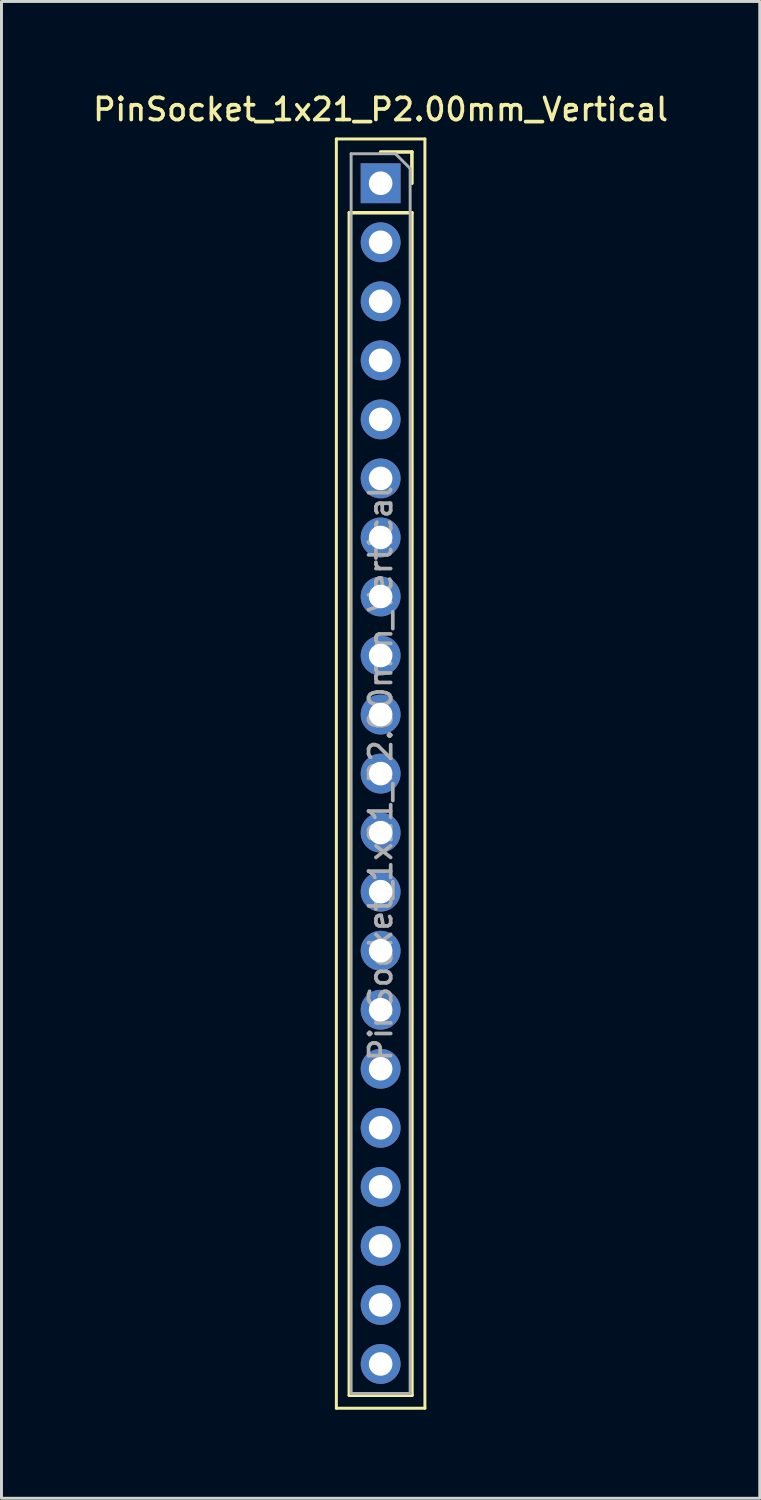
<source format=kicad_pcb>
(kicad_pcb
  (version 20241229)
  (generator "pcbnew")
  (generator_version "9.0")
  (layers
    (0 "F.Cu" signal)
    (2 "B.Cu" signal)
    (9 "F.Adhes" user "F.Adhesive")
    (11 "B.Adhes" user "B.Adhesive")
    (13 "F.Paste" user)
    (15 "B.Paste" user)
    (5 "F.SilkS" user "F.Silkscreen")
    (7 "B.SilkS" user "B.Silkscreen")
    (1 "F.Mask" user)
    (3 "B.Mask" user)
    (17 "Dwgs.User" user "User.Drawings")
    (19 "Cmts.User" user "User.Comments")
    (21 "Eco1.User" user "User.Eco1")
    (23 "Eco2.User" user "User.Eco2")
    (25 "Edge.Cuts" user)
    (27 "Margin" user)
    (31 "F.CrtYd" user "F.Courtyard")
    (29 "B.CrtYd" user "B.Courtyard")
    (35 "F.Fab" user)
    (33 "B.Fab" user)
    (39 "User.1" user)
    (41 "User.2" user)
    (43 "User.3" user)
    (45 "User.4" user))
  (footprint "PinSocket_1x21_P2.00mm_Vertical"
    (layer "F.Cu")
    (at 9.845 3.158)
    (property "Reference" "PinSocket_1x21_P2.00mm_Vertical" (at 0 -2.5 0) (layer "F.SilkS") (effects (font (size 0.75 0.75) (thickness 0.125))))
    (attr through_hole)
    (fp_line (start -1.5 -1.5) (end 1.5 -1.5) (stroke (width 0.1) (type solid)) (layer "F.SilkS"))
    (fp_line (start -1.5 41.5) (end -1.5 -1.5) (stroke (width 0.1) (type solid)) (layer "F.SilkS"))
    (fp_line (start -1.06 1) (end -1.06 41.06) (stroke (width 0.12) (type solid)) (layer "F.SilkS"))
    (fp_line (start -1.06 1) (end 1.06 1) (stroke (width 0.12) (type solid)) (layer "F.SilkS"))
    (fp_line (start -1.06 41.06) (end 1.06 41.06) (stroke (width 0.12) (type solid)) (layer "F.SilkS"))
    (fp_line (start 0 -1.06) (end 1.06 -1.06) (stroke (width 0.12) (type solid)) (layer "F.SilkS"))
    (fp_line (start 1.06 -1.06) (end 1.06 0) (stroke (width 0.12) (type solid)) (layer "F.SilkS"))
    (fp_line (start 1.06 1) (end 1.06 41.06) (stroke (width 0.12) (type solid)) (layer "F.SilkS"))
    (fp_line (start 1.5 -1.5) (end 1.5 41.5) (stroke (width 0.1) (type solid)) (layer "F.SilkS"))
    (fp_line (start 1.5 41.5) (end -1.5 41.5) (stroke (width 0.1) (type solid)) (layer "F.SilkS"))
    (fp_line (start -1 -1) (end 0.5 -1) (stroke (width 0.1) (type solid)) (layer "F.Fab"))
    (fp_line (start -1 41) (end -1 -1) (stroke (width 0.1) (type solid)) (layer "F.Fab"))
    (fp_line (start 0.5 -1) (end 1 -0.5) (stroke (width 0.1) (type solid)) (layer "F.Fab"))
    (fp_line (start 1 -0.5) (end 1 41) (stroke (width 0.1) (type solid)) (layer "F.Fab"))
    (fp_line (start 1 41) (end -1 41) (stroke (width 0.1) (type solid)) (layer "F.Fab"))
    (fp_text user "${REFERENCE}" (at 0 20 90) (layer "F.Fab") (effects (font (size 0.75 0.75) (thickness 0.125))))
    (pad "1" thru_hole rect (at 0 0) (size 1.35 1.35) (drill 0.8) (layers "*.Cu" "*.Mask"))
    (pad "2" thru_hole oval (at 0 2) (size 1.35 1.35) (drill 0.8) (layers "*.Cu" "*.Mask"))
    (pad "3" thru_hole oval (at 0 4) (size 1.35 1.35) (drill 0.8) (layers "*.Cu" "*.Mask"))
    (pad "4" thru_hole oval (at 0 6) (size 1.35 1.35) (drill 0.8) (layers "*.Cu" "*.Mask"))
    (pad "5" thru_hole oval (at 0 8) (size 1.35 1.35) (drill 0.8) (layers "*.Cu" "*.Mask"))
    (pad "6" thru_hole oval (at 0 10) (size 1.35 1.35) (drill 0.8) (layers "*.Cu" "*.Mask"))
    (pad "7" thru_hole oval (at 0 12) (size 1.35 1.35) (drill 0.8) (layers "*.Cu" "*.Mask"))
    (pad "8" thru_hole oval (at 0 14) (size 1.35 1.35) (drill 0.8) (layers "*.Cu" "*.Mask"))
    (pad "9" thru_hole oval (at 0 16) (size 1.35 1.35) (drill 0.8) (layers "*.Cu" "*.Mask"))
    (pad "10" thru_hole oval (at 0 18) (size 1.35 1.35) (drill 0.8) (layers "*.Cu" "*.Mask"))
    (pad "11" thru_hole oval (at 0 20) (size 1.35 1.35) (drill 0.8) (layers "*.Cu" "*.Mask"))
    (pad "12" thru_hole oval (at 0 22) (size 1.35 1.35) (drill 0.8) (layers "*.Cu" "*.Mask"))
    (pad "13" thru_hole oval (at 0 24) (size 1.35 1.35) (drill 0.8) (layers "*.Cu" "*.Mask"))
    (pad "14" thru_hole oval (at 0 26) (size 1.35 1.35) (drill 0.8) (layers "*.Cu" "*.Mask"))
    (pad "15" thru_hole oval (at 0 28) (size 1.35 1.35) (drill 0.8) (layers "*.Cu" "*.Mask"))
    (pad "16" thru_hole oval (at 0 30) (size 1.35 1.35) (drill 0.8) (layers "*.Cu" "*.Mask"))
    (pad "17" thru_hole oval (at 0 32) (size 1.35 1.35) (drill 0.8) (layers "*.Cu" "*.Mask"))
    (pad "18" thru_hole oval (at 0 34) (size 1.35 1.35) (drill 0.8) (layers "*.Cu" "*.Mask"))
    (pad "19" thru_hole oval (at 0 36) (size 1.35 1.35) (drill 0.8) (layers "*.Cu" "*.Mask"))
    (pad "20" thru_hole oval (at 0 38) (size 1.35 1.35) (drill 0.8) (layers "*.Cu" "*.Mask"))
    (pad "21" thru_hole oval (at 0 40) (size 1.35 1.35) (drill 0.8) (layers "*.Cu" "*.Mask")))
  (gr_rect
    (start -3 -3)
    (end 22.689 47.708)
    (stroke (width 0.1) (type default))
    (fill no)
    (layer "Edge.Cuts")))
</source>
